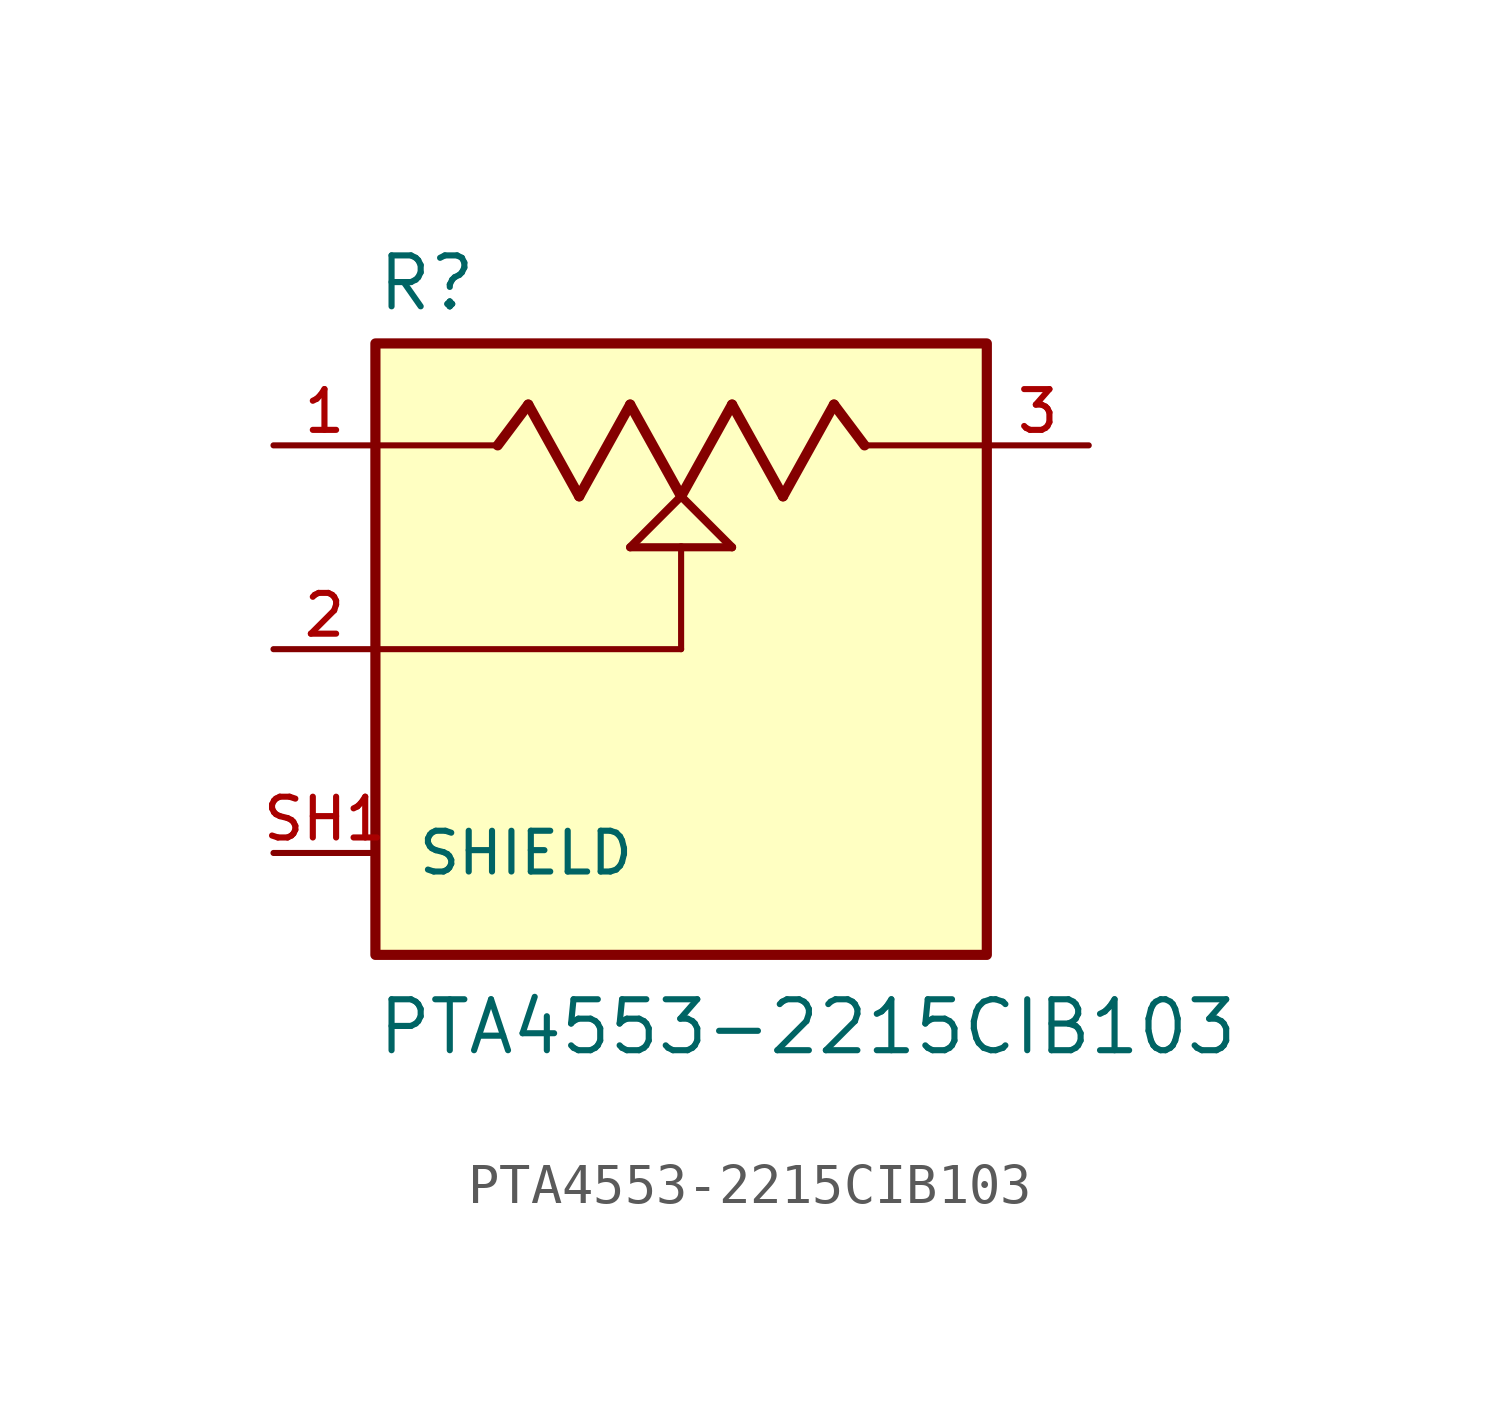
<source format=kicad_sym>
(kicad_symbol_lib
  (version 20211014)
  (generator kicad_symbol_editor)
  (symbol "PTA4553-2215CIB103"
    (pin_names
      (offset 1.016))
    (property "Reference" "R"
      (at -7.62 8.382 0)
      (effects (font (size 1.27 1.27)) (justify bottom left)))
    (property "Value" "PTA4553-2215CIB103"
      (at -7.62 -10.16 0)
      (effects (font (size 1.27 1.27)) (justify bottom left)))
    (symbol "PTA4553-2215CIB103_0_0"
      (polyline (pts (xy -7.62 5.08) (xy -4.572 5.08)) (stroke (width 0.152)))
      (polyline (pts (xy -4.572 5.08) (xy -3.81 6.096)) (stroke (width 0.254)))
      (polyline (pts (xy -3.81 6.096) (xy -2.54 3.81)) (stroke (width 0.254)))
      (polyline (pts (xy -2.54 3.81) (xy -1.27 6.096)) (stroke (width 0.254)))
      (polyline (pts (xy -1.27 6.096) (xy 0.0 3.81)) (stroke (width 0.254)))
      (polyline (pts (xy 0.0 3.81) (xy 1.27 6.096)) (stroke (width 0.254)))
      (polyline (pts (xy 1.27 6.096) (xy 2.54 3.81)) (stroke (width 0.254)))
      (polyline (pts (xy 2.54 3.81) (xy 3.81 6.096)) (stroke (width 0.254)))
      (polyline (pts (xy 3.81 6.096) (xy 4.572 5.08)) (stroke (width 0.254)))
      (polyline (pts (xy 4.572 5.08) (xy 7.62 5.08)) (stroke (width 0.152)))
      (polyline (pts (xy 0.0 3.81) (xy 1.27 2.54)) (stroke (width 0.203)))
      (polyline (pts (xy -1.27 2.54) (xy 0.0 3.81)) (stroke (width 0.203)))
      (polyline (pts (xy 1.27 2.54) (xy 0.0 2.54)) (stroke (width 0.203)))
      (polyline (pts (xy 0.0 2.54) (xy -1.27 2.54)) (stroke (width 0.203)))
      (polyline (pts (xy 0.0 2.54) (xy 0.0 0.0)) (stroke (width 0.152)))
      (polyline (pts (xy 0.0 0.0) (xy -7.62 0.0)) (stroke (width 0.152)))
      (rectangle (start -7.62 -7.62) (end 7.62 7.62) (stroke (width 0.254)) (fill (type background)))
      (pin passive line (at -10.16 5.08 0) (length 2.54) (name "~" (effects (font (size 1.016 1.016)))) (number "1" (effects (font (size 1.016 1.016)))))
      (pin passive line (at -10.16 0.0 0) (length 2.54) (name "~" (effects (font (size 1.016 1.016)))) (number "2" (effects (font (size 1.016 1.016)))))
      (pin passive line (at 10.16 5.08 180.0) (length 2.54) (name "~" (effects (font (size 1.016 1.016)))) (number "3" (effects (font (size 1.016 1.016)))))
      (pin passive line (at -10.16 -5.08 0) (length 2.54) (name "SHIELD" (effects (font (size 1.016 1.016)))) (number "SH1" (effects (font (size 1.016 1.016)))))
      (pin passive line (at -10.16 -5.08 0) (length 2.54) hide (name "SHIELD" (effects (font (size 1.016 1.016)))) (number "SH2" (effects (font (size 1.016 1.016)))))
      (pin passive line (at -10.16 -5.08 0) (length 2.54) hide (name "SHIELD" (effects (font (size 1.016 1.016)))) (number "SH3" (effects (font (size 1.016 1.016)))))
      (pin passive line (at -10.16 -5.08 0) (length 2.54) hide (name "SHIELD" (effects (font (size 1.016 1.016)))) (number "SH4" (effects (font (size 1.016 1.016))))))))
</source>
